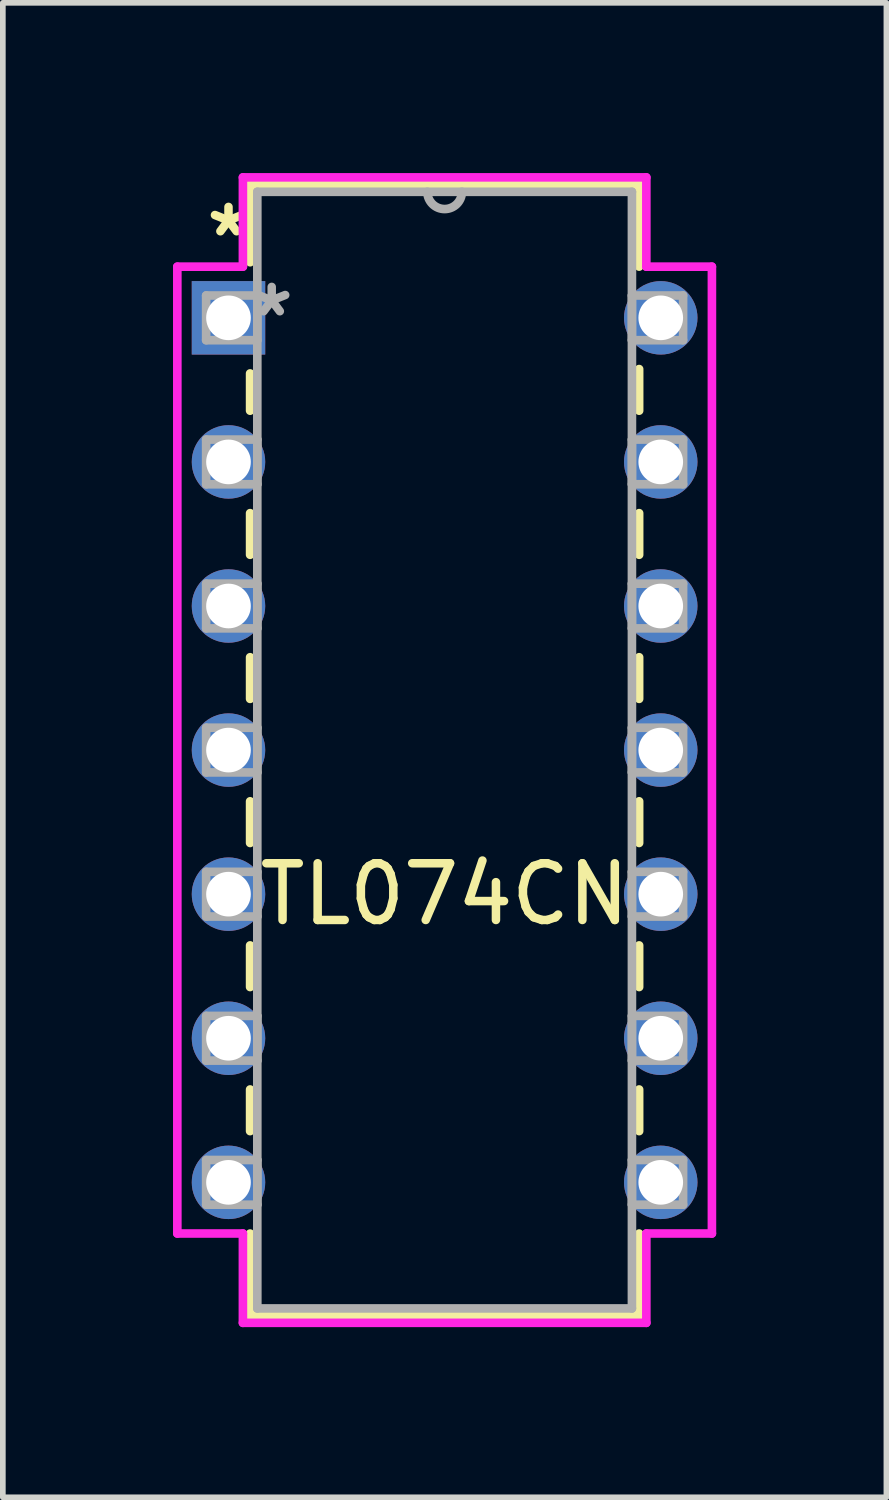
<source format=kicad_pcb>
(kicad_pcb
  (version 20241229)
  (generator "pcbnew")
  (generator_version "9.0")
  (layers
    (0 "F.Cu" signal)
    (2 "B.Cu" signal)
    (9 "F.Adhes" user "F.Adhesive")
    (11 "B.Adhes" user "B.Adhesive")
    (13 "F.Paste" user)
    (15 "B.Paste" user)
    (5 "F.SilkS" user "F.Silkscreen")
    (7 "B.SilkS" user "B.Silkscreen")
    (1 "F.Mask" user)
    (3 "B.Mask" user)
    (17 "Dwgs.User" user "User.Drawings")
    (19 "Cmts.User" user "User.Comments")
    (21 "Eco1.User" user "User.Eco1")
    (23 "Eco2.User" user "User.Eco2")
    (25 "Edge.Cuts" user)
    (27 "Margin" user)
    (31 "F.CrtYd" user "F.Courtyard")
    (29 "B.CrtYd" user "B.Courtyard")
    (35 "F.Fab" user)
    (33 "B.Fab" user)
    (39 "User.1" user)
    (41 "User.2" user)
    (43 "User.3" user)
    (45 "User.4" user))
  (footprint "TL074CN"
    (layer "F.Cu")
    (at 8.598 17.793)
    (property "Reference" "TL074CN" (at -3.81 -5.08 180) (layer "F.SilkS") (effects (font (size 1 1) (thickness 0.15))))
    (attr through_hole)
    (fp_line (start -7.239 -17.59) (end -7.239 -16.22) (stroke (width 0.152) (type solid)) (layer "F.SilkS"))
    (fp_line (start -7.239 -14.26) (end -7.239 -13.603) (stroke (width 0.152) (type solid)) (layer "F.SilkS"))
    (fp_line (start -7.239 -11.797) (end -7.239 -11.063) (stroke (width 0.152) (type solid)) (layer "F.SilkS"))
    (fp_line (start -7.239 -9.257) (end -7.239 -8.523) (stroke (width 0.152) (type solid)) (layer "F.SilkS"))
    (fp_line (start -7.239 -6.717) (end -7.239 -5.983) (stroke (width 0.152) (type solid)) (layer "F.SilkS"))
    (fp_line (start -7.239 -4.177) (end -7.239 -3.443) (stroke (width 0.152) (type solid)) (layer "F.SilkS"))
    (fp_line (start -7.239 -1.637) (end -7.239 -0.903) (stroke (width 0.152) (type solid)) (layer "F.SilkS"))
    (fp_line (start -7.239 0.903) (end -7.239 2.349) (stroke (width 0.152) (type solid)) (layer "F.SilkS"))
    (fp_line (start -7.239 2.349) (end -0.381 2.349) (stroke (width 0.152) (type solid)) (layer "F.SilkS"))
    (fp_line (start -0.381 -17.59) (end -7.239 -17.59) (stroke (width 0.152) (type solid)) (layer "F.SilkS"))
    (fp_line (start -0.381 -16.143) (end -0.381 -17.59) (stroke (width 0.152) (type solid)) (layer "F.SilkS"))
    (fp_line (start -0.381 -13.603) (end -0.381 -14.337) (stroke (width 0.152) (type solid)) (layer "F.SilkS"))
    (fp_line (start -0.381 -11.063) (end -0.381 -11.797) (stroke (width 0.152) (type solid)) (layer "F.SilkS"))
    (fp_line (start -0.381 -8.523) (end -0.381 -9.257) (stroke (width 0.152) (type solid)) (layer "F.SilkS"))
    (fp_line (start -0.381 -5.983) (end -0.381 -6.717) (stroke (width 0.152) (type solid)) (layer "F.SilkS"))
    (fp_line (start -0.381 -3.443) (end -0.381 -4.177) (stroke (width 0.152) (type solid)) (layer "F.SilkS"))
    (fp_line (start -0.381 -0.903) (end -0.381 -1.637) (stroke (width 0.152) (type solid)) (layer "F.SilkS"))
    (fp_line (start -0.381 2.349) (end -0.381 0.903) (stroke (width 0.152) (type solid)) (layer "F.SilkS"))
    (fp_line (start -8.522 -16.142) (end -8.522 0.902) (stroke (width 0.152) (type solid)) (layer "F.CrtYd"))
    (fp_line (start -8.522 0.902) (end -7.366 0.902) (stroke (width 0.152) (type solid)) (layer "F.CrtYd"))
    (fp_line (start -7.366 -17.716) (end -7.366 -16.142) (stroke (width 0.152) (type solid)) (layer "F.CrtYd"))
    (fp_line (start -7.366 -16.142) (end -8.522 -16.142) (stroke (width 0.152) (type solid)) (layer "F.CrtYd"))
    (fp_line (start -7.366 0.902) (end -7.366 2.477) (stroke (width 0.152) (type solid)) (layer "F.CrtYd"))
    (fp_line (start -7.366 2.477) (end -0.254 2.477) (stroke (width 0.152) (type solid)) (layer "F.CrtYd"))
    (fp_line (start -0.254 -17.716) (end -7.366 -17.716) (stroke (width 0.152) (type solid)) (layer "F.CrtYd"))
    (fp_line (start -0.254 -16.142) (end -0.254 -17.716) (stroke (width 0.152) (type solid)) (layer "F.CrtYd"))
    (fp_line (start -0.254 0.902) (end 0.902 0.902) (stroke (width 0.152) (type solid)) (layer "F.CrtYd"))
    (fp_line (start -0.254 2.477) (end -0.254 0.902) (stroke (width 0.152) (type solid)) (layer "F.CrtYd"))
    (fp_line (start 0.902 -16.142) (end -0.254 -16.142) (stroke (width 0.152) (type solid)) (layer "F.CrtYd"))
    (fp_line (start 0.902 0.902) (end 0.902 -16.142) (stroke (width 0.152) (type solid)) (layer "F.CrtYd"))
    (fp_line (start -8.014 -15.634) (end -8.014 -14.846) (stroke (width 0.152) (type solid)) (layer "F.Fab"))
    (fp_line (start -8.014 -14.846) (end -7.112 -14.846) (stroke (width 0.152) (type solid)) (layer "F.Fab"))
    (fp_line (start -8.014 -13.094) (end -8.014 -12.306) (stroke (width 0.152) (type solid)) (layer "F.Fab"))
    (fp_line (start -8.014 -12.306) (end -7.112 -12.306) (stroke (width 0.152) (type solid)) (layer "F.Fab"))
    (fp_line (start -8.014 -10.554) (end -8.014 -9.766) (stroke (width 0.152) (type solid)) (layer "F.Fab"))
    (fp_line (start -8.014 -9.766) (end -7.112 -9.766) (stroke (width 0.152) (type solid)) (layer "F.Fab"))
    (fp_line (start -8.014 -8.014) (end -8.014 -7.226) (stroke (width 0.152) (type solid)) (layer "F.Fab"))
    (fp_line (start -8.014 -7.226) (end -7.112 -7.226) (stroke (width 0.152) (type solid)) (layer "F.Fab"))
    (fp_line (start -8.014 -5.474) (end -8.014 -4.686) (stroke (width 0.152) (type solid)) (layer "F.Fab"))
    (fp_line (start -8.014 -4.686) (end -7.112 -4.686) (stroke (width 0.152) (type solid)) (layer "F.Fab"))
    (fp_line (start -8.014 -2.934) (end -8.014 -2.146) (stroke (width 0.152) (type solid)) (layer "F.Fab"))
    (fp_line (start -8.014 -2.146) (end -7.112 -2.146) (stroke (width 0.152) (type solid)) (layer "F.Fab"))
    (fp_line (start -8.014 -0.394) (end -8.014 0.394) (stroke (width 0.152) (type solid)) (layer "F.Fab"))
    (fp_line (start -8.014 0.394) (end -7.112 0.394) (stroke (width 0.152) (type solid)) (layer "F.Fab"))
    (fp_line (start -7.112 -17.462) (end -7.112 2.223) (stroke (width 0.152) (type solid)) (layer "F.Fab"))
    (fp_line (start -7.112 -15.634) (end -8.014 -15.634) (stroke (width 0.152) (type solid)) (layer "F.Fab"))
    (fp_line (start -7.112 -14.846) (end -7.112 -15.634) (stroke (width 0.152) (type solid)) (layer "F.Fab"))
    (fp_line (start -7.112 -13.094) (end -8.014 -13.094) (stroke (width 0.152) (type solid)) (layer "F.Fab"))
    (fp_line (start -7.112 -12.306) (end -7.112 -13.094) (stroke (width 0.152) (type solid)) (layer "F.Fab"))
    (fp_line (start -7.112 -10.554) (end -8.014 -10.554) (stroke (width 0.152) (type solid)) (layer "F.Fab"))
    (fp_line (start -7.112 -9.766) (end -7.112 -10.554) (stroke (width 0.152) (type solid)) (layer "F.Fab"))
    (fp_line (start -7.112 -8.014) (end -8.014 -8.014) (stroke (width 0.152) (type solid)) (layer "F.Fab"))
    (fp_line (start -7.112 -7.226) (end -7.112 -8.014) (stroke (width 0.152) (type solid)) (layer "F.Fab"))
    (fp_line (start -7.112 -5.474) (end -8.014 -5.474) (stroke (width 0.152) (type solid)) (layer "F.Fab"))
    (fp_line (start -7.112 -4.686) (end -7.112 -5.474) (stroke (width 0.152) (type solid)) (layer "F.Fab"))
    (fp_line (start -7.112 -2.934) (end -8.014 -2.934) (stroke (width 0.152) (type solid)) (layer "F.Fab"))
    (fp_line (start -7.112 -2.146) (end -7.112 -2.934) (stroke (width 0.152) (type solid)) (layer "F.Fab"))
    (fp_line (start -7.112 -0.394) (end -8.014 -0.394) (stroke (width 0.152) (type solid)) (layer "F.Fab"))
    (fp_line (start -7.112 0.394) (end -7.112 -0.394) (stroke (width 0.152) (type solid)) (layer "F.Fab"))
    (fp_line (start -7.112 2.223) (end -0.508 2.223) (stroke (width 0.152) (type solid)) (layer "F.Fab"))
    (fp_line (start -0.508 -17.462) (end -7.112 -17.462) (stroke (width 0.152) (type solid)) (layer "F.Fab"))
    (fp_line (start -0.508 -15.634) (end -0.508 -14.846) (stroke (width 0.152) (type solid)) (layer "F.Fab"))
    (fp_line (start -0.508 -14.846) (end 0.394 -14.846) (stroke (width 0.152) (type solid)) (layer "F.Fab"))
    (fp_line (start -0.508 -13.094) (end -0.508 -12.306) (stroke (width 0.152) (type solid)) (layer "F.Fab"))
    (fp_line (start -0.508 -12.306) (end 0.394 -12.306) (stroke (width 0.152) (type solid)) (layer "F.Fab"))
    (fp_line (start -0.508 -10.554) (end -0.508 -9.766) (stroke (width 0.152) (type solid)) (layer "F.Fab"))
    (fp_line (start -0.508 -9.766) (end 0.394 -9.766) (stroke (width 0.152) (type solid)) (layer "F.Fab"))
    (fp_line (start -0.508 -8.014) (end -0.508 -7.226) (stroke (width 0.152) (type solid)) (layer "F.Fab"))
    (fp_line (start -0.508 -7.226) (end 0.394 -7.226) (stroke (width 0.152) (type solid)) (layer "F.Fab"))
    (fp_line (start -0.508 -5.474) (end -0.508 -4.686) (stroke (width 0.152) (type solid)) (layer "F.Fab"))
    (fp_line (start -0.508 -4.686) (end 0.394 -4.686) (stroke (width 0.152) (type solid)) (layer "F.Fab"))
    (fp_line (start -0.508 -2.934) (end -0.508 -2.146) (stroke (width 0.152) (type solid)) (layer "F.Fab"))
    (fp_line (start -0.508 -2.146) (end 0.394 -2.146) (stroke (width 0.152) (type solid)) (layer "F.Fab"))
    (fp_line (start -0.508 -0.394) (end -0.508 0.394) (stroke (width 0.152) (type solid)) (layer "F.Fab"))
    (fp_line (start -0.508 0.394) (end 0.394 0.394) (stroke (width 0.152) (type solid)) (layer "F.Fab"))
    (fp_line (start -0.508 2.223) (end -0.508 -17.462) (stroke (width 0.152) (type solid)) (layer "F.Fab"))
    (fp_line (start 0.394 -15.634) (end -0.508 -15.634) (stroke (width 0.152) (type solid)) (layer "F.Fab"))
    (fp_line (start 0.394 -14.846) (end 0.394 -15.634) (stroke (width 0.152) (type solid)) (layer "F.Fab"))
    (fp_line (start 0.394 -13.094) (end -0.508 -13.094) (stroke (width 0.152) (type solid)) (layer "F.Fab"))
    (fp_line (start 0.394 -12.306) (end 0.394 -13.094) (stroke (width 0.152) (type solid)) (layer "F.Fab"))
    (fp_line (start 0.394 -10.554) (end -0.508 -10.554) (stroke (width 0.152) (type solid)) (layer "F.Fab"))
    (fp_line (start 0.394 -9.766) (end 0.394 -10.554) (stroke (width 0.152) (type solid)) (layer "F.Fab"))
    (fp_line (start 0.394 -8.014) (end -0.508 -8.014) (stroke (width 0.152) (type solid)) (layer "F.Fab"))
    (fp_line (start 0.394 -7.226) (end 0.394 -8.014) (stroke (width 0.152) (type solid)) (layer "F.Fab"))
    (fp_line (start 0.394 -5.474) (end -0.508 -5.474) (stroke (width 0.152) (type solid)) (layer "F.Fab"))
    (fp_line (start 0.394 -4.686) (end 0.394 -5.474) (stroke (width 0.152) (type solid)) (layer "F.Fab"))
    (fp_line (start 0.394 -2.934) (end -0.508 -2.934) (stroke (width 0.152) (type solid)) (layer "F.Fab"))
    (fp_line (start 0.394 -2.146) (end 0.394 -2.934) (stroke (width 0.152) (type solid)) (layer "F.Fab"))
    (fp_line (start 0.394 -0.394) (end -0.508 -0.394) (stroke (width 0.152) (type solid)) (layer "F.Fab"))
    (fp_line (start 0.394 0.394) (end 0.394 -0.394) (stroke (width 0.152) (type solid)) (layer "F.Fab"))
    (fp_arc (start -3.5052 -17.4625) (mid -3.81 -17.1577) (end -4.1148 -17.4625) (stroke (width 0.1524) (type solid)) (layer "F.Fab"))
    (fp_text user "*" (at -7.62 -16.65 180) (layer "F.SilkS") (effects (font (size 1 1) (thickness 0.15))))
    (fp_text user "*" (at -6.858 -15.24 180) (layer "F.Fab") (effects (font (size 1 1) (thickness 0.15))))
    (pad "1" thru_hole rect (at -7.62 -15.24) (size 1.295 1.295) (drill 0.787) (layers "*.Cu" "*.Mask"))
    (pad "2" thru_hole circle (at -7.62 -12.7) (size 1.295 1.295) (drill 0.787) (layers "*.Cu" "*.Mask"))
    (pad "3" thru_hole circle (at -7.62 -10.16) (size 1.295 1.295) (drill 0.787) (layers "*.Cu" "*.Mask"))
    (pad "4" thru_hole circle (at -7.62 -7.62) (size 1.295 1.295) (drill 0.787) (layers "*.Cu" "*.Mask"))
    (pad "5" thru_hole circle (at -7.62 -5.08) (size 1.295 1.295) (drill 0.787) (layers "*.Cu" "*.Mask"))
    (pad "6" thru_hole circle (at -7.62 -2.54) (size 1.295 1.295) (drill 0.787) (layers "*.Cu" "*.Mask"))
    (pad "7" thru_hole circle (at -7.62 0) (size 1.295 1.295) (drill 0.787) (layers "*.Cu" "*.Mask"))
    (pad "8" thru_hole circle (at 0 0) (size 1.295 1.295) (drill 0.787) (layers "*.Cu" "*.Mask"))
    (pad "9" thru_hole circle (at 0 -2.54) (size 1.295 1.295) (drill 0.787) (layers "*.Cu" "*.Mask"))
    (pad "10" thru_hole circle (at 0 -5.08) (size 1.295 1.295) (drill 0.787) (layers "*.Cu" "*.Mask"))
    (pad "11" thru_hole circle (at 0 -7.62) (size 1.295 1.295) (drill 0.787) (layers "*.Cu" "*.Mask"))
    (pad "12" thru_hole circle (at 0 -10.16) (size 1.295 1.295) (drill 0.787) (layers "*.Cu" "*.Mask"))
    (pad "13" thru_hole circle (at 0 -12.7) (size 1.295 1.295) (drill 0.787) (layers "*.Cu" "*.Mask"))
    (pad "14" thru_hole circle (at 0 -15.24) (size 1.295 1.295) (drill 0.787) (layers "*.Cu" "*.Mask")))
  (gr_rect
    (start -3 -3)
    (end 12.576 23.345)
    (stroke (width 0.1) (type default))
    (fill no)
    (layer "Edge.Cuts")))
</source>
